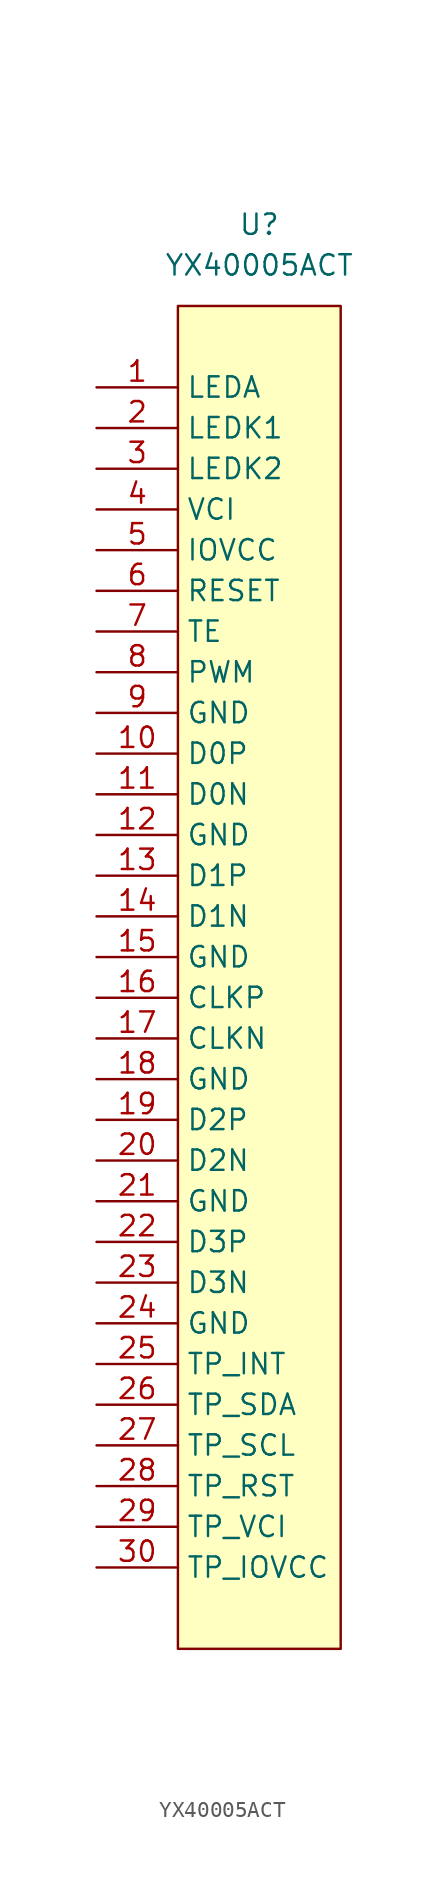
<source format=kicad_sym>
(kicad_symbol_lib
  (version 20231120)
  (generator "kicad_symbol_editor")
  (generator_version "8.0")
  (symbol "YX40005ACT"
    (property "Reference" "U"
      (at 0 0 0)
      (effects (font (size 1.27 1.27))))
    (property "Value" "YX40005ACT"
      (at 0 -2.54 0)
      (effects (font (size 1.27 1.27))))
    (symbol "YX40005ACT_0_1"
      (rectangle (start -5.08 -5.08) (end 5.08 -88.9) (stroke (width 0.152) (type default)) (fill (type background))))
    (symbol "YX40005ACT_1_1"
      (pin input line (at -10.16 -10.16 0) (length 5.08) (name "LEDA" (effects (font (size 1.27 1.27)))) (number "1" (effects (font (size 1.27 1.27)))))
      (pin input line (at -10.16 -33.02 0) (length 5.08) (name "D0P" (effects (font (size 1.27 1.27)))) (number "10" (effects (font (size 1.27 1.27)))))
      (pin input line (at -10.16 -35.56 0) (length 5.08) (name "D0N" (effects (font (size 1.27 1.27)))) (number "11" (effects (font (size 1.27 1.27)))))
      (pin input line (at -10.16 -38.1 0) (length 5.08) (name "GND" (effects (font (size 1.27 1.27)))) (number "12" (effects (font (size 1.27 1.27)))))
      (pin input line (at -10.16 -40.64 0) (length 5.08) (name "D1P" (effects (font (size 1.27 1.27)))) (number "13" (effects (font (size 1.27 1.27)))))
      (pin input line (at -10.16 -43.18 0) (length 5.08) (name "D1N" (effects (font (size 1.27 1.27)))) (number "14" (effects (font (size 1.27 1.27)))))
      (pin input line (at -10.16 -45.72 0) (length 5.08) (name "GND" (effects (font (size 1.27 1.27)))) (number "15" (effects (font (size 1.27 1.27)))))
      (pin input line (at -10.16 -48.26 0) (length 5.08) (name "CLKP" (effects (font (size 1.27 1.27)))) (number "16" (effects (font (size 1.27 1.27)))))
      (pin input line (at -10.16 -50.8 0) (length 5.08) (name "CLKN" (effects (font (size 1.27 1.27)))) (number "17" (effects (font (size 1.27 1.27)))))
      (pin input line (at -10.16 -53.34 0) (length 5.08) (name "GND" (effects (font (size 1.27 1.27)))) (number "18" (effects (font (size 1.27 1.27)))))
      (pin input line (at -10.16 -55.88 0) (length 5.08) (name "D2P" (effects (font (size 1.27 1.27)))) (number "19" (effects (font (size 1.27 1.27)))))
      (pin input line (at -10.16 -12.7 0) (length 5.08) (name "LEDK1" (effects (font (size 1.27 1.27)))) (number "2" (effects (font (size 1.27 1.27)))))
      (pin input line (at -10.16 -58.42 0) (length 5.08) (name "D2N" (effects (font (size 1.27 1.27)))) (number "20" (effects (font (size 1.27 1.27)))))
      (pin input line (at -10.16 -60.96 0) (length 5.08) (name "GND" (effects (font (size 1.27 1.27)))) (number "21" (effects (font (size 1.27 1.27)))))
      (pin input line (at -10.16 -63.5 0) (length 5.08) (name "D3P" (effects (font (size 1.27 1.27)))) (number "22" (effects (font (size 1.27 1.27)))))
      (pin input line (at -10.16 -66.04 0) (length 5.08) (name "D3N" (effects (font (size 1.27 1.27)))) (number "23" (effects (font (size 1.27 1.27)))))
      (pin input line (at -10.16 -68.58 0) (length 5.08) (name "GND" (effects (font (size 1.27 1.27)))) (number "24" (effects (font (size 1.27 1.27)))))
      (pin input line (at -10.16 -71.12 0) (length 5.08) (name "TP_INT" (effects (font (size 1.27 1.27)))) (number "25" (effects (font (size 1.27 1.27)))))
      (pin input line (at -10.16 -73.66 0) (length 5.08) (name "TP_SDA" (effects (font (size 1.27 1.27)))) (number "26" (effects (font (size 1.27 1.27)))))
      (pin input line (at -10.16 -76.2 0) (length 5.08) (name "TP_SCL" (effects (font (size 1.27 1.27)))) (number "27" (effects (font (size 1.27 1.27)))))
      (pin input line (at -10.16 -78.74 0) (length 5.08) (name "TP_RST" (effects (font (size 1.27 1.27)))) (number "28" (effects (font (size 1.27 1.27)))))
      (pin input line (at -10.16 -81.28 0) (length 5.08) (name "TP_VCI" (effects (font (size 1.27 1.27)))) (number "29" (effects (font (size 1.27 1.27)))))
      (pin input line (at -10.16 -15.24 0) (length 5.08) (name "LEDK2" (effects (font (size 1.27 1.27)))) (number "3" (effects (font (size 1.27 1.27)))))
      (pin input line (at -10.16 -83.82 0) (length 5.08) (name "TP_IOVCC" (effects (font (size 1.27 1.27)))) (number "30" (effects (font (size 1.27 1.27)))))
      (pin input line (at -10.16 -17.78 0) (length 5.08) (name "VCI" (effects (font (size 1.27 1.27)))) (number "4" (effects (font (size 1.27 1.27)))))
      (pin input line (at -10.16 -20.32 0) (length 5.08) (name "IOVCC" (effects (font (size 1.27 1.27)))) (number "5" (effects (font (size 1.27 1.27)))))
      (pin input line (at -10.16 -22.86 0) (length 5.08) (name "RESET" (effects (font (size 1.27 1.27)))) (number "6" (effects (font (size 1.27 1.27)))))
      (pin input line (at -10.16 -25.4 0) (length 5.08) (name "TE" (effects (font (size 1.27 1.27)))) (number "7" (effects (font (size 1.27 1.27)))))
      (pin input line (at -10.16 -27.94 0) (length 5.08) (name "PWM" (effects (font (size 1.27 1.27)))) (number "8" (effects (font (size 1.27 1.27)))))
      (pin input line (at -10.16 -30.48 0) (length 5.08) (name "GND" (effects (font (size 1.27 1.27)))) (number "9" (effects (font (size 1.27 1.27))))))))
</source>
